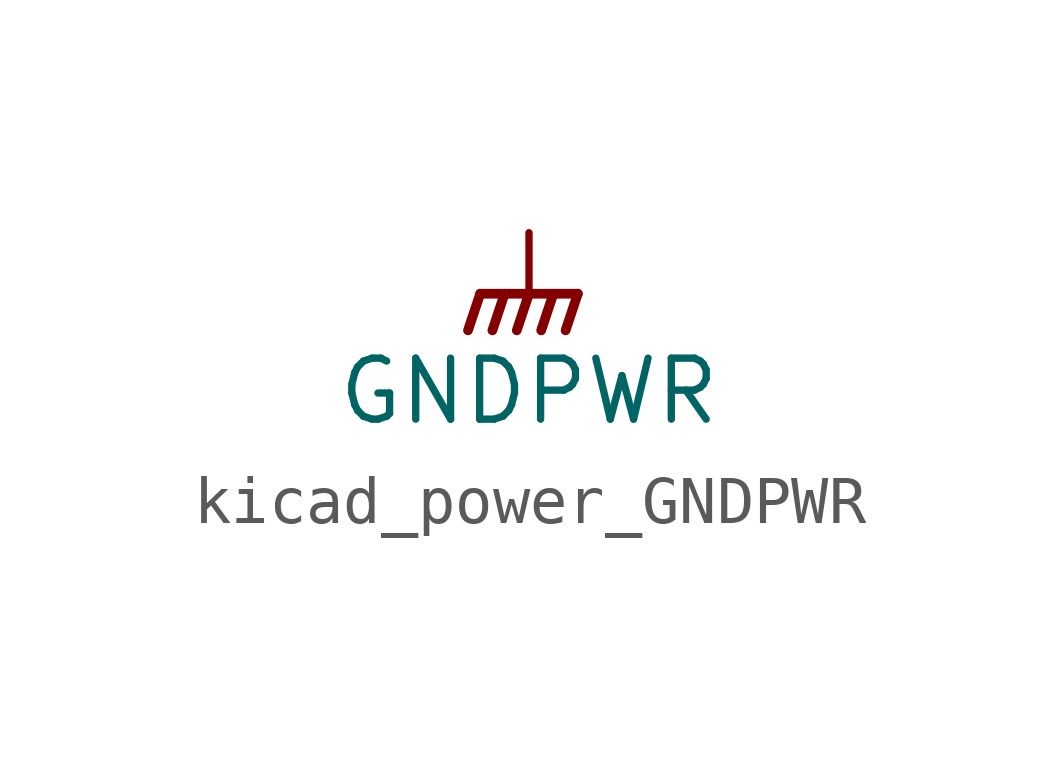
<source format=kicad_sym>
(kicad_symbol_lib
  (version 20220914)
  (generator kicad_symbol_editor)
  (symbol "kicad_power_GNDPWR"
    (power)
    (pin_names
      (offset 0))
    (property "Reference" "#PWR"
      (at 0 -5.08 0)
      (effects (font (size 1.27 1.27)) hide))
    (property "Value" "GNDPWR"
      (at 0 -3.302 0)
      (effects (font (size 1.27 1.27))))
    (symbol "kicad_power_GNDPWR_0_1"
      (polyline (pts (xy 0 -1.27) (xy 0 0)) (stroke (width 0) (type default)) (fill (type none)))
      (polyline (pts (xy -1.016 -1.27) (xy -1.27 -2.032) (xy -1.27 -2.032)) (stroke (width 0.203) (type default)) (fill (type none)))
      (polyline (pts (xy -0.508 -1.27) (xy -0.762 -2.032) (xy -0.762 -2.032)) (stroke (width 0.203) (type default)) (fill (type none)))
      (polyline (pts (xy 0 -1.27) (xy -0.254 -2.032) (xy -0.254 -2.032)) (stroke (width 0.203) (type default)) (fill (type none)))
      (polyline (pts (xy 0.508 -1.27) (xy 0.254 -2.032) (xy 0.254 -2.032)) (stroke (width 0.203) (type default)) (fill (type none)))
      (polyline (pts (xy 1.016 -1.27) (xy -1.016 -1.27) (xy -1.016 -1.27)) (stroke (width 0.203) (type default)) (fill (type none)))
      (polyline (pts (xy 1.016 -1.27) (xy 0.762 -2.032) (xy 0.762 -2.032) (xy 0.762 -2.032)) (stroke (width 0.203) (type default)) (fill (type none))))
    (symbol "kicad_power_GNDPWR_1_1"
      (pin power_in line (at 0 0 270) (length 0) hide (name "GNDPWR" (effects (font (size 1.27 1.27)))) (number "1" (effects (font (size 1.27 1.27))))))))
</source>
